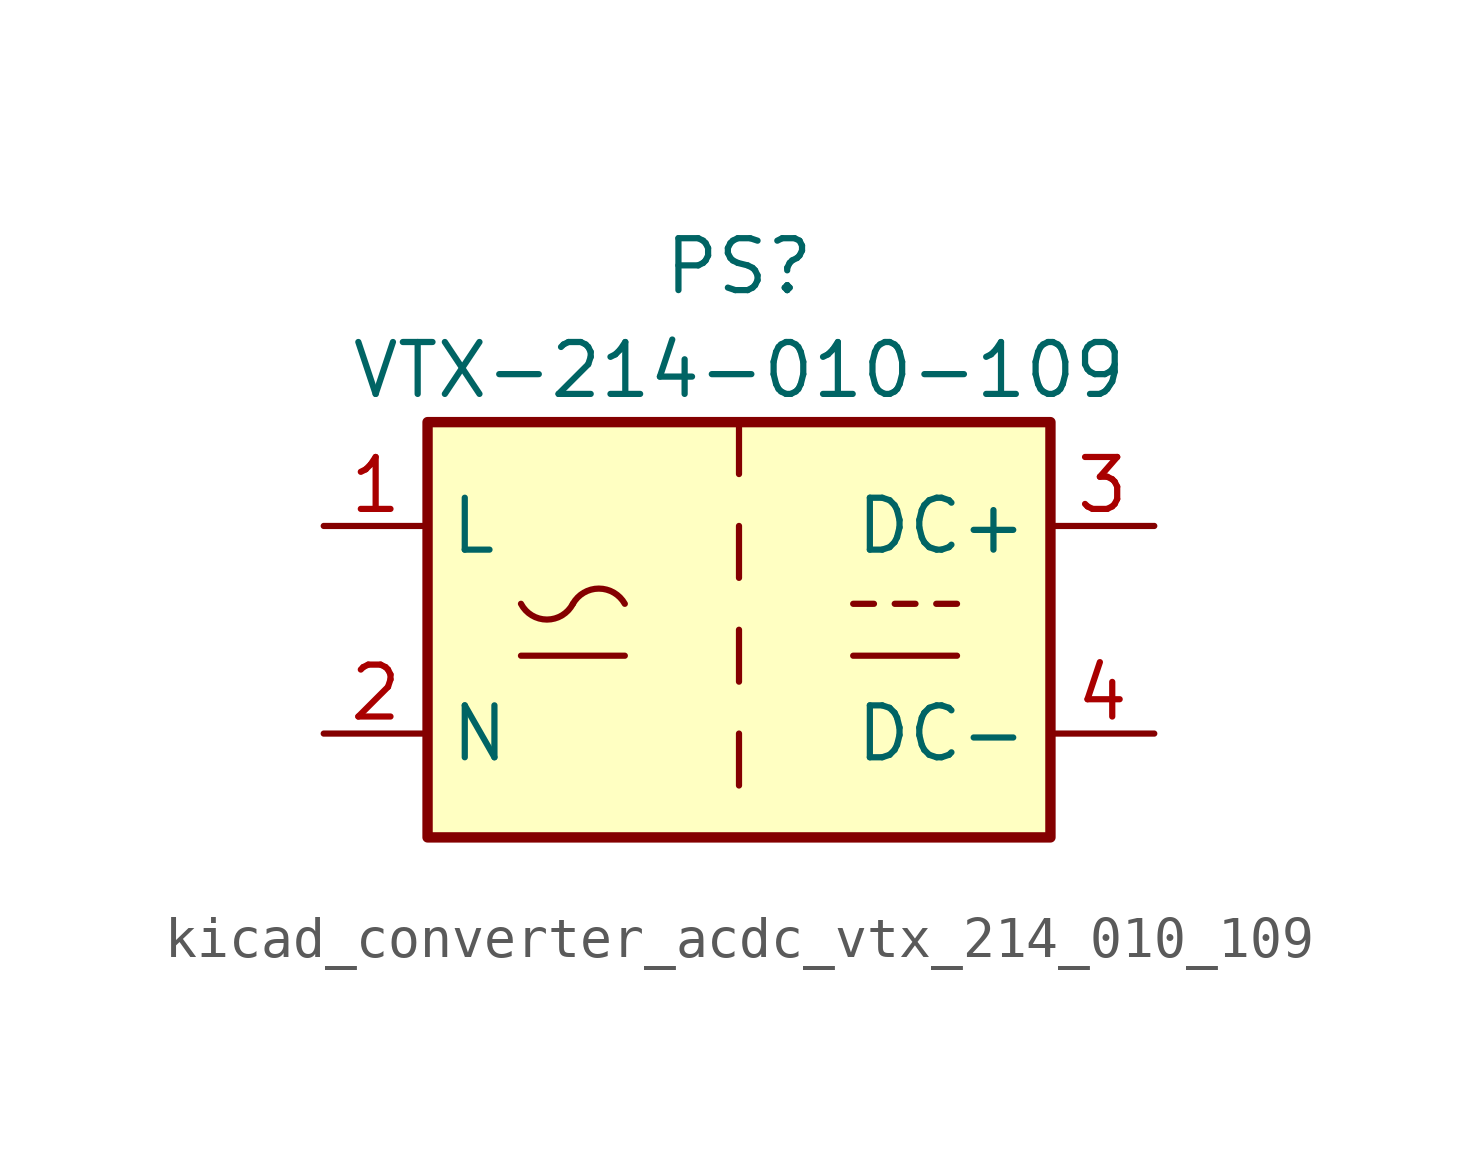
<source format=kicad_sym>
(kicad_symbol_lib
  (version 20220914)
  (generator kicad_symbol_editor)
  (symbol "kicad_converter_acdc_vtx_214_010_109"
    (property "Reference" "PS"
      (at 0 8.89 0)
      (effects (font (size 1.27 1.27))))
    (property "Value" "VTX-214-010-109"
      (at 0 6.35 0)
      (effects (font (size 1.27 1.27))))
    (symbol "kicad_converter_acdc_vtx_214_010_109_0_1"
      (rectangle (start -7.62 5.08) (end 7.62 -5.08) (stroke (width 0.254) (type default)) (fill (type background)))
      (arc (start -5.334 0.635) (mid -4.699 0.2495) (end -4.064 0.635) (stroke (width 0) (type default)) (fill (type none)))
      (arc (start -2.794 0.635) (mid -3.429 1.0072) (end -4.064 0.635) (stroke (width 0) (type default)) (fill (type none)))
      (polyline (pts (xy -5.334 -0.635) (xy -2.794 -0.635)) (stroke (width 0) (type default)) (fill (type none)))
      (polyline (pts (xy 2.794 -0.635) (xy 5.334 -0.635)) (stroke (width 0) (type default)) (fill (type none)))
      (polyline (pts (xy 2.794 0.635) (xy 3.302 0.635)) (stroke (width 0) (type default)) (fill (type none)))
      (polyline (pts (xy 3.81 0.635) (xy 4.318 0.635)) (stroke (width 0) (type default)) (fill (type none)))
      (polyline (pts (xy 4.826 0.635) (xy 5.334 0.635)) (stroke (width 0) (type default)) (fill (type none))))
    (symbol "kicad_converter_acdc_vtx_214_010_109_1_1"
      (polyline (pts (xy 0 -2.54) (xy 0 -3.81)) (stroke (width 0) (type default)) (fill (type none)))
      (polyline (pts (xy 0 0) (xy 0 -1.27)) (stroke (width 0) (type default)) (fill (type none)))
      (polyline (pts (xy 0 2.54) (xy 0 1.27)) (stroke (width 0) (type default)) (fill (type none)))
      (polyline (pts (xy 0 5.08) (xy 0 3.81)) (stroke (width 0) (type default)) (fill (type none)))
      (pin power_in line (at -10.16 2.54 0) (length 2.54) (name "L" (effects (font (size 1.27 1.27)))) (number "1" (effects (font (size 1.27 1.27)))))
      (pin power_in line (at -10.16 -2.54 0) (length 2.54) (name "N" (effects (font (size 1.27 1.27)))) (number "2" (effects (font (size 1.27 1.27)))))
      (pin power_out line (at 10.16 2.54 180) (length 2.54) (name "DC+" (effects (font (size 1.27 1.27)))) (number "3" (effects (font (size 1.27 1.27)))))
      (pin power_out line (at 10.16 -2.54 180) (length 2.54) (name "DC-" (effects (font (size 1.27 1.27)))) (number "4" (effects (font (size 1.27 1.27))))))))
</source>
